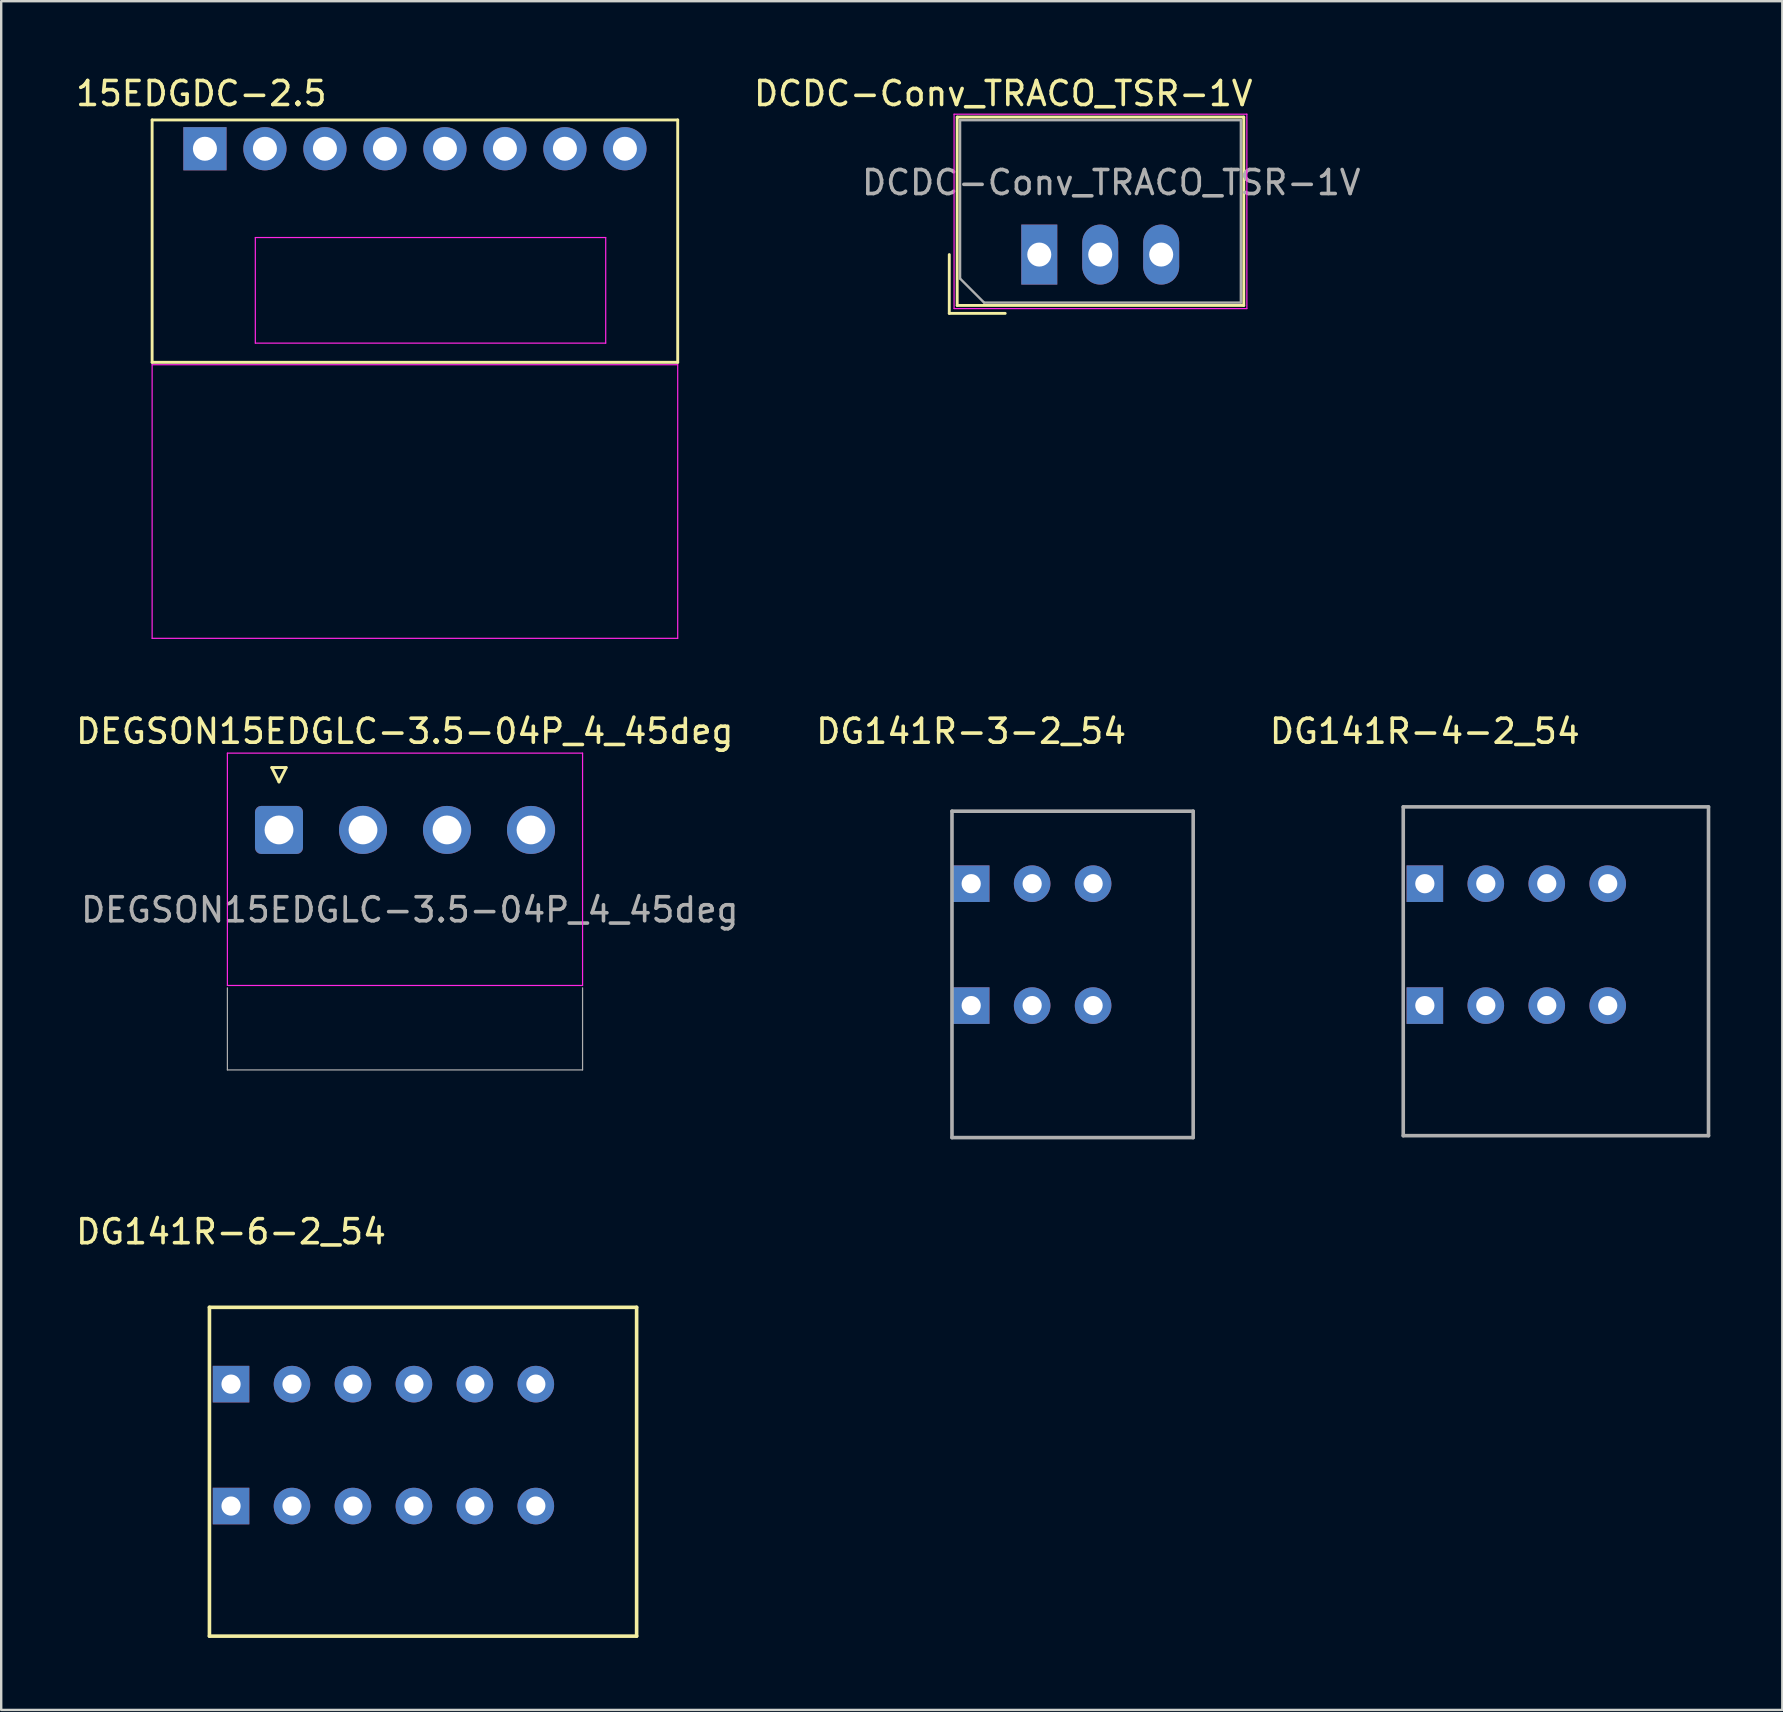
<source format=kicad_pcb>
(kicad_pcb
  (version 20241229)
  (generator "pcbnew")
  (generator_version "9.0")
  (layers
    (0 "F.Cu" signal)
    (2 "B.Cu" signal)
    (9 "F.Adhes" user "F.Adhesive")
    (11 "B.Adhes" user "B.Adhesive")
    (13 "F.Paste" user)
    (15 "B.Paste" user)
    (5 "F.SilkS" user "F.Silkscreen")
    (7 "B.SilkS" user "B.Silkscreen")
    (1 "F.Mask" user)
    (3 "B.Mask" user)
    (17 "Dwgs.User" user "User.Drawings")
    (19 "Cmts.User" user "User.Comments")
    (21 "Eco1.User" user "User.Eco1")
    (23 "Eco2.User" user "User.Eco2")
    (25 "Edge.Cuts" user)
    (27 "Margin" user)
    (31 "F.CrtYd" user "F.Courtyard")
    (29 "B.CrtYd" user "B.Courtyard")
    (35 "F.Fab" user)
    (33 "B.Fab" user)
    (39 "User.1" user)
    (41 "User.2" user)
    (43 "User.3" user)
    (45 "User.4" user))
  (footprint "DG141R-3-2_54"
    (layer "F.Cu")
    (at 37.418 33.772)
    (property "Reference" "DG141R-3-2_54" (at 0 -6.35 0) (layer "F.SilkS") (effects (font (size 1 1) (thickness 0.15))))
    (attr through_hole)
    (fp_line (start -0.8 -3.02) (end 9.25 -3.02) (stroke (width 0.15) (type solid)) (layer "F.Fab"))
    (fp_line (start -0.8 10.58) (end -0.8 -3.02) (stroke (width 0.15) (type solid)) (layer "F.Fab"))
    (fp_line (start 9.25 -3.02) (end 9.25 10.58) (stroke (width 0.15) (type solid)) (layer "F.Fab"))
    (fp_line (start 9.25 10.58) (end -0.8 10.58) (stroke (width 0.15) (type solid)) (layer "F.Fab"))
    (pad "1" thru_hole rect (at 0 0) (size 1.524 1.524) (drill 0.8) (layers "*.Cu" "*.Mask"))
    (pad "1" thru_hole rect (at 0 5.08) (size 1.524 1.524) (drill 0.8) (layers "*.Cu" "*.Mask"))
    (pad "2" thru_hole circle (at 2.54 0) (size 1.524 1.524) (drill 0.8) (layers "*.Cu" "*.Mask"))
    (pad "2" thru_hole circle (at 2.54 5.08) (size 1.524 1.524) (drill 0.8) (layers "*.Cu" "*.Mask"))
    (pad "3" thru_hole circle (at 5.08 0) (size 1.524 1.524) (drill 0.8) (layers "*.Cu" "*.Mask"))
    (pad "3" thru_hole circle (at 5.08 5.08) (size 1.524 1.524) (drill 0.8) (layers "*.Cu" "*.Mask")))
  (footprint "DCDC-Conv_TRACO_TSR-1V"
    (layer "F.Cu")
    (at 40.255 7.558)
    (property "Reference" "DCDC-Conv_TRACO_TSR-1V" (at -1.5 -6.71 0) (layer "F.SilkS") (effects (font (size 1 1) (thickness 0.15))))
    (attr through_hole)
    (fp_line (start -3.75 0) (end -3.75 2.45) (stroke (width 0.12) (type solid)) (layer "F.SilkS"))
    (fp_line (start -3.75 2.45) (end -1.42 2.45) (stroke (width 0.12) (type solid)) (layer "F.SilkS"))
    (fp_line (start -3.42 -5.73) (end 8.52 -5.73) (stroke (width 0.12) (type solid)) (layer "F.SilkS"))
    (fp_line (start -3.42 2.12) (end -3.42 -5.73) (stroke (width 0.12) (type solid)) (layer "F.SilkS"))
    (fp_line (start 8.52 -5.73) (end 8.52 2.12) (stroke (width 0.12) (type solid)) (layer "F.SilkS"))
    (fp_line (start 8.52 2.12) (end -3.42 2.12) (stroke (width 0.12) (type solid)) (layer "F.SilkS"))
    (fp_line (start -3.55 -5.85) (end 8.65 -5.85) (stroke (width 0.05) (type solid)) (layer "F.CrtYd"))
    (fp_line (start -3.55 2.25) (end -3.55 -5.85) (stroke (width 0.05) (type solid)) (layer "F.CrtYd"))
    (fp_line (start 8.65 -5.85) (end 8.65 2.25) (stroke (width 0.05) (type solid)) (layer "F.CrtYd"))
    (fp_line (start 8.65 2.25) (end -3.55 2.25) (stroke (width 0.05) (type solid)) (layer "F.CrtYd"))
    (fp_line (start -3.3 -5.6) (end 8.4 -5.6) (stroke (width 0.1) (type solid)) (layer "F.Fab"))
    (fp_line (start -3.3 1) (end -3.3 -5.6) (stroke (width 0.1) (type solid)) (layer "F.Fab"))
    (fp_line (start -3.3 1) (end -2.3 2) (stroke (width 0.1) (type solid)) (layer "F.Fab"))
    (fp_line (start -2.3 2) (end 8.4 2) (stroke (width 0.1) (type solid)) (layer "F.Fab"))
    (fp_line (start 8.4 2) (end 8.4 -5.6) (stroke (width 0.1) (type solid)) (layer "F.Fab"))
    (fp_text user "${REFERENCE}" (at 3 -3 0) (layer "F.Fab") (effects (font (size 1 1) (thickness 0.15))))
    (pad "1" thru_hole rect (at 0 0) (size 1.5 2.5) (drill 1) (layers "*.Cu" "*.Mask"))
    (pad "2" thru_hole oval (at 2.54 0) (size 1.5 2.5) (drill 1) (layers "*.Cu" "*.Mask"))
    (pad "3" thru_hole oval (at 5.08 0) (size 1.5 2.5) (drill 1) (layers "*.Cu" "*.Mask")))
  (footprint "DG141R-6-2_54"
    (layer "F.Cu")
    (at 6.577 54.625)
    (property "Reference" "DG141R-6-2_54" (at 0 -6.35 0) (layer "F.SilkS") (effects (font (size 1 1) (thickness 0.15))))
    (attr through_hole)
    (fp_line (start -0.9 -3.2) (end 16.9 -3.2) (stroke (width 0.15) (type solid)) (layer "F.SilkS"))
    (fp_line (start -0.9 10.5) (end -0.9 -3.2) (stroke (width 0.15) (type solid)) (layer "F.SilkS"))
    (fp_line (start 16.9 -3.2) (end 16.9 10.5) (stroke (width 0.15) (type solid)) (layer "F.SilkS"))
    (fp_line (start 16.9 10.5) (end -0.9 10.5) (stroke (width 0.15) (type solid)) (layer "F.SilkS"))
    (pad "1" thru_hole rect (at 0 0) (size 1.524 1.524) (drill 0.8) (layers "*.Cu" "*.Mask"))
    (pad "1" thru_hole rect (at 0 5.08) (size 1.524 1.524) (drill 0.8) (layers "*.Cu" "*.Mask"))
    (pad "2" thru_hole circle (at 2.54 0) (size 1.524 1.524) (drill 0.8) (layers "*.Cu" "*.Mask"))
    (pad "2" thru_hole circle (at 2.54 5.08) (size 1.524 1.524) (drill 0.8) (layers "*.Cu" "*.Mask"))
    (pad "3" thru_hole circle (at 5.08 0) (size 1.524 1.524) (drill 0.8) (layers "*.Cu" "*.Mask"))
    (pad "3" thru_hole circle (at 5.08 5.08) (size 1.524 1.524) (drill 0.8) (layers "*.Cu" "*.Mask"))
    (pad "4" thru_hole circle (at 7.62 0) (size 1.524 1.524) (drill 0.8) (layers "*.Cu" "*.Mask"))
    (pad "4" thru_hole circle (at 7.62 5.08) (size 1.524 1.524) (drill 0.8) (layers "*.Cu" "*.Mask"))
    (pad "5" thru_hole circle (at 10.16 0) (size 1.524 1.524) (drill 0.8) (layers "*.Cu" "*.Mask"))
    (pad "5" thru_hole circle (at 10.16 5.08) (size 1.524 1.524) (drill 0.8) (layers "*.Cu" "*.Mask"))
    (pad "6" thru_hole circle (at 12.7 0) (size 1.524 1.524) (drill 0.8) (layers "*.Cu" "*.Mask"))
    (pad "6" thru_hole circle (at 12.7 5.08) (size 1.524 1.524) (drill 0.8) (layers "*.Cu" "*.Mask")))
  (footprint "DEGSON15EDGLC-3.5-04P_4_45deg"
    (layer "F.Cu")
    (at 8.575 31.532)
    (property "Reference" "DEGSON15EDGLC-3.5-04P_4_45deg" (at 5.24 -4.11 0) (layer "F.SilkS") (effects (font (size 1 1) (thickness 0.15))))
    (attr through_hole)
    (fp_line (start -0.3 -2.6) (end 0.3 -2.6) (stroke (width 0.12) (type solid)) (layer "F.SilkS"))
    (fp_line (start 0 -2) (end -0.3 -2.6) (stroke (width 0.12) (type solid)) (layer "F.SilkS"))
    (fp_line (start 0.3 -2.6) (end 0 -2) (stroke (width 0.12) (type solid)) (layer "F.SilkS"))
    (fp_line (start -2.15 -3.2) (end -2.15 6.48) (stroke (width 0.05) (type solid)) (layer "F.CrtYd"))
    (fp_line (start -2.15 6.48) (end 12.65 6.48) (stroke (width 0.05) (type solid)) (layer "F.CrtYd"))
    (fp_line (start 12.65 -3.2) (end -2.15 -3.2) (stroke (width 0.05) (type solid)) (layer "F.CrtYd"))
    (fp_line (start 12.65 6.48) (end 12.65 -3.2) (stroke (width 0.05) (type solid)) (layer "F.CrtYd"))
    (fp_line (start -2.15 6.58) (end -2.15 10) (stroke (width 0.05) (type default)) (layer "F.Fab"))
    (fp_line (start 12.65 6.58) (end 12.65 10) (stroke (width 0.05) (type default)) (layer "F.Fab"))
    (fp_line (start 12.65 10) (end -2.15 10) (stroke (width 0.05) (type default)) (layer "F.Fab"))
    (fp_text user "${REFERENCE}" (at 5.45 3.33 0) (layer "F.Fab") (effects (font (size 1 1) (thickness 0.15))))
    (pad "1" thru_hole roundrect (at 0 0) (size 2 2) (drill 1.2) (layers "*.Cu" "*.Mask") (roundrect_rratio 0.13))
    (pad "2" thru_hole oval (at 3.5 0) (size 2 2) (drill 1.2) (layers "*.Cu" "*.Mask"))
    (pad "3" thru_hole oval (at 7 0) (size 2 2) (drill 1.2) (layers "*.Cu" "*.Mask"))
    (pad "4" thru_hole oval (at 10.5 0) (size 2 2) (drill 1.2) (layers "*.Cu" "*.Mask")))
  (footprint "15EDGDC-2.5"
    (layer "F.Cu")
    (at 5.489 3.148)
    (property "Reference" "15EDGDC-2.5" (at -0.15 -2.3 0) (layer "F.SilkS") (effects (font (size 1 1) (thickness 0.15))))
    (attr through_hole)
    (fp_line (start -2.2 -1.2) (end 19.7 -1.2) (stroke (width 0.12) (type solid)) (layer "F.SilkS"))
    (fp_line (start -2.2 8.9) (end -2.2 -1.2) (stroke (width 0.12) (type solid)) (layer "F.SilkS"))
    (fp_line (start 19.7 -1.2) (end 19.7 8.9) (stroke (width 0.12) (type solid)) (layer "F.SilkS"))
    (fp_line (start 19.7 8.9) (end -2.2 8.9) (stroke (width 0.12) (type solid)) (layer "F.SilkS"))
    (fp_line (start -2.2 9) (end -2.2 20.4) (stroke (width 0.05) (type solid)) (layer "F.CrtYd"))
    (fp_line (start 2.1 3.7) (end 2.1 8.1) (stroke (width 0.05) (type solid)) (layer "F.CrtYd"))
    (fp_line (start 2.1 3.7) (end 16.7 3.7) (stroke (width 0.05) (type solid)) (layer "F.CrtYd"))
    (fp_line (start 2.1 8.1) (end 16.7 8.1) (stroke (width 0.05) (type solid)) (layer "F.CrtYd"))
    (fp_line (start 16.7 3.7) (end 16.7 8.1) (stroke (width 0.05) (type solid)) (layer "F.CrtYd"))
    (fp_line (start 19.7 9) (end -2.2 9) (stroke (width 0.05) (type solid)) (layer "F.CrtYd"))
    (fp_line (start 19.7 9) (end 19.7 20.4) (stroke (width 0.05) (type solid)) (layer "F.CrtYd"))
    (fp_line (start 19.7 20.4) (end -2.2 20.4) (stroke (width 0.05) (type solid)) (layer "F.CrtYd"))
    (pad "1" thru_hole rect (at 0 0) (size 1.8 1.8) (drill 1) (layers "*.Cu" "*.Mask"))
    (pad "2" thru_hole circle (at 2.5 0) (size 1.8 1.8) (drill 1) (layers "*.Cu" "*.Mask"))
    (pad "3" thru_hole circle (at 5 0) (size 1.8 1.8) (drill 1) (layers "*.Cu" "*.Mask"))
    (pad "4" thru_hole circle (at 7.5 0) (size 1.8 1.8) (drill 1) (layers "*.Cu" "*.Mask"))
    (pad "5" thru_hole circle (at 10 0) (size 1.8 1.8) (drill 1) (layers "*.Cu" "*.Mask"))
    (pad "6" thru_hole circle (at 12.5 0) (size 1.8 1.8) (drill 1) (layers "*.Cu" "*.Mask"))
    (pad "7" thru_hole circle (at 15 0) (size 1.8 1.8) (drill 1) (layers "*.Cu" "*.Mask"))
    (pad "8" thru_hole circle (at 17.5 0) (size 1.8 1.8) (drill 1) (layers "*.Cu" "*.Mask")))
  (footprint "DG141R-4-2_54"
    (layer "F.Cu")
    (at 56.321 33.772)
    (property "Reference" "DG141R-4-2_54" (at 0 -6.35 0) (layer "F.SilkS") (effects (font (size 1 1) (thickness 0.15))))
    (attr through_hole)
    (fp_line (start -0.9 -3.2) (end 11.82 -3.2) (stroke (width 0.15) (type solid)) (layer "F.Fab"))
    (fp_line (start -0.9 10.5) (end -0.9 -3.2) (stroke (width 0.15) (type solid)) (layer "F.Fab"))
    (fp_line (start 11.82 -3.2) (end 11.82 10.5) (stroke (width 0.15) (type solid)) (layer "F.Fab"))
    (fp_line (start 11.82 10.5) (end -0.9 10.5) (stroke (width 0.15) (type solid)) (layer "F.Fab"))
    (pad "1" thru_hole rect (at 0 0) (size 1.524 1.524) (drill 0.8) (layers "*.Cu" "*.Mask"))
    (pad "1" thru_hole rect (at 0 5.08) (size 1.524 1.524) (drill 0.8) (layers "*.Cu" "*.Mask"))
    (pad "2" thru_hole circle (at 2.54 0) (size 1.524 1.524) (drill 0.8) (layers "*.Cu" "*.Mask"))
    (pad "2" thru_hole circle (at 2.54 5.08) (size 1.524 1.524) (drill 0.8) (layers "*.Cu" "*.Mask"))
    (pad "3" thru_hole circle (at 5.08 0) (size 1.524 1.524) (drill 0.8) (layers "*.Cu" "*.Mask"))
    (pad "3" thru_hole circle (at 5.08 5.08) (size 1.524 1.524) (drill 0.8) (layers "*.Cu" "*.Mask"))
    (pad "4" thru_hole circle (at 7.62 0) (size 1.524 1.524) (drill 0.8) (layers "*.Cu" "*.Mask"))
    (pad "4" thru_hole circle (at 7.62 5.08) (size 1.524 1.524) (drill 0.8) (layers "*.Cu" "*.Mask")))
  (gr_rect
    (start -3 -3)
    (end 71.216 68.2)
    (stroke (width 0.1) (type default))
    (fill no)
    (layer "Edge.Cuts")))
</source>
